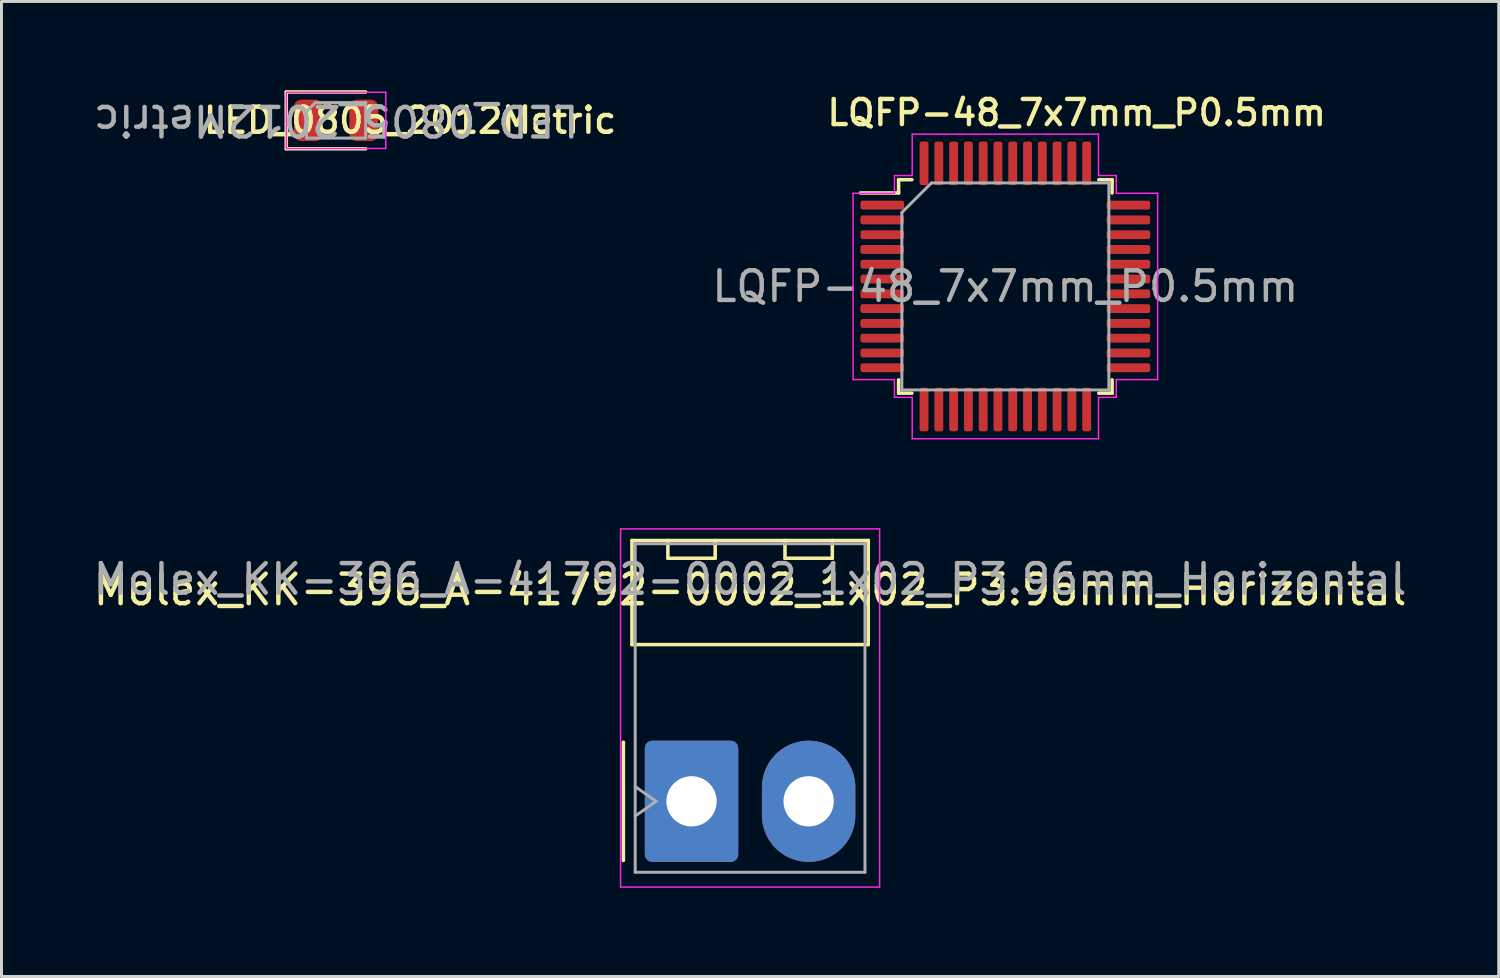
<source format=kicad_pcb>
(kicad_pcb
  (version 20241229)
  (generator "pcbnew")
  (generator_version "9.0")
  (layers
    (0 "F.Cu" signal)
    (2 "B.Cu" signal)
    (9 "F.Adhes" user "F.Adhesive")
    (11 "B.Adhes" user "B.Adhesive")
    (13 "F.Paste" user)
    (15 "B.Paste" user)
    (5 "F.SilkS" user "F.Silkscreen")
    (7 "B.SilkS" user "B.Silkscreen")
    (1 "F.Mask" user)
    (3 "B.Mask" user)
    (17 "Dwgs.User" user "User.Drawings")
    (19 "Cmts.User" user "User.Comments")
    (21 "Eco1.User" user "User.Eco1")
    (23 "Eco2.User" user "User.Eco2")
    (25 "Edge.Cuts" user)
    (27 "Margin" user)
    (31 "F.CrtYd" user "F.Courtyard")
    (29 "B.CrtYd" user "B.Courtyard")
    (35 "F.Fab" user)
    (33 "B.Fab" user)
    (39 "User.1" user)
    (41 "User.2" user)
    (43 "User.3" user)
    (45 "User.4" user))
  (footprint "LED_0805_2012Metric"
    (layer "F.Cu")
    (at 8.315 1.02)
    (property "Reference" "LED_0805_2012Metric" (at 2.5 0 0) (layer "F.SilkS") (effects (font (size 0.85 0.85) (thickness 0.15))))
    (attr smd)
    (fp_line (start -1.685 -0.96) (end -1.685 0.96) (stroke (width 0.12) (type solid)) (layer "F.SilkS"))
    (fp_line (start -1.685 0.96) (end 1 0.96) (stroke (width 0.12) (type solid)) (layer "F.SilkS"))
    (fp_line (start 1 -0.96) (end -1.685 -0.96) (stroke (width 0.12) (type solid)) (layer "F.SilkS"))
    (fp_line (start -1.68 -0.95) (end 1.68 -0.95) (stroke (width 0.05) (type solid)) (layer "F.CrtYd"))
    (fp_line (start -1.68 0.95) (end -1.68 -0.95) (stroke (width 0.05) (type solid)) (layer "F.CrtYd"))
    (fp_line (start 1.68 -0.95) (end 1.68 0.95) (stroke (width 0.05) (type solid)) (layer "F.CrtYd"))
    (fp_line (start 1.68 0.95) (end -1.68 0.95) (stroke (width 0.05) (type solid)) (layer "F.CrtYd"))
    (fp_line (start -1 -0.3) (end -1 0.6) (stroke (width 0.1) (type solid)) (layer "F.Fab"))
    (fp_line (start -1 0.6) (end 1 0.6) (stroke (width 0.1) (type solid)) (layer "F.Fab"))
    (fp_line (start -0.7 -0.6) (end -1 -0.3) (stroke (width 0.1) (type solid)) (layer "F.Fab"))
    (fp_line (start 1 -0.6) (end -0.7 -0.6) (stroke (width 0.1) (type solid)) (layer "F.Fab"))
    (fp_line (start 1 0.6) (end 1 -0.6) (stroke (width 0.1) (type solid)) (layer "F.Fab"))
    (fp_text user "${REFERENCE}" (at 0 0 180) (unlocked yes) (layer "F.Fab") (effects (font (size 1 1) (thickness 0.15))))
    (pad "1" smd roundrect (at -0.938 0 180) (size 0.975 1.4) (layers "F.Cu" "F.Mask" "F.Paste") (roundrect_rratio 0.25))
    (pad "2" smd roundrect (at 0.938 0 180) (size 0.975 1.4) (layers "F.Cu" "F.Mask" "F.Paste") (roundrect_rratio 0.25)))
  (footprint "Molex_KK-396_A-41792-0002_1x02_P3.96mm_Horizontal"
    (layer "F.Cu")
    (at 20.335 24.047)
    (property "Reference" "Molex_KK-396_A-41792-0002_1x02_P3.96mm_Horizontal" (at 1.98 -7.155 0) (layer "F.SilkS") (effects (font (size 1 1) (thickness 0.15))))
    (attr through_hole)
    (fp_line (start -2.305 -2) (end -2.305 2) (stroke (width 0.12) (type solid)) (layer "F.SilkS"))
    (fp_line (start -2.015 -8.82) (end 5.975 -8.82) (stroke (width 0.12) (type solid)) (layer "F.SilkS"))
    (fp_line (start -2.015 -5.3) (end -2.015 -8.82) (stroke (width 0.12) (type solid)) (layer "F.SilkS"))
    (fp_line (start -0.8 -8.82) (end -0.8 -8.22) (stroke (width 0.12) (type solid)) (layer "F.SilkS"))
    (fp_line (start -0.8 -8.22) (end 0.8 -8.22) (stroke (width 0.12) (type solid)) (layer "F.SilkS"))
    (fp_line (start 0.8 -8.22) (end 0.8 -8.82) (stroke (width 0.12) (type solid)) (layer "F.SilkS"))
    (fp_line (start 3.16 -8.82) (end 3.16 -8.22) (stroke (width 0.12) (type solid)) (layer "F.SilkS"))
    (fp_line (start 3.16 -8.22) (end 4.76 -8.22) (stroke (width 0.12) (type solid)) (layer "F.SilkS"))
    (fp_line (start 4.76 -8.22) (end 4.76 -8.82) (stroke (width 0.12) (type solid)) (layer "F.SilkS"))
    (fp_line (start 5.975 -8.82) (end 5.975 -5.3) (stroke (width 0.12) (type solid)) (layer "F.SilkS"))
    (fp_line (start 5.975 -5.3) (end -2.015 -5.3) (stroke (width 0.12) (type solid)) (layer "F.SilkS"))
    (fp_line (start -2.4 -9.21) (end -2.4 2.9) (stroke (width 0.05) (type solid)) (layer "F.CrtYd"))
    (fp_line (start -2.4 2.9) (end 6.36 2.9) (stroke (width 0.05) (type solid)) (layer "F.CrtYd"))
    (fp_line (start 6.36 -9.21) (end -2.4 -9.21) (stroke (width 0.05) (type solid)) (layer "F.CrtYd"))
    (fp_line (start 6.36 2.9) (end 6.36 -9.21) (stroke (width 0.05) (type solid)) (layer "F.CrtYd"))
    (fp_line (start -1.905 -8.71) (end 5.865 -8.71) (stroke (width 0.1) (type solid)) (layer "F.Fab"))
    (fp_line (start -1.905 -0.5) (end -1.198 0) (stroke (width 0.1) (type solid)) (layer "F.Fab"))
    (fp_line (start -1.905 2.4) (end -1.905 -8.71) (stroke (width 0.1) (type solid)) (layer "F.Fab"))
    (fp_line (start -1.198 0) (end -1.905 0.5) (stroke (width 0.1) (type solid)) (layer "F.Fab"))
    (fp_line (start 5.865 -8.71) (end 5.865 2.4) (stroke (width 0.1) (type solid)) (layer "F.Fab"))
    (fp_line (start 5.865 2.4) (end -1.905 2.4) (stroke (width 0.1) (type solid)) (layer "F.Fab"))
    (fp_text user "${REFERENCE}" (at 1.98 -7.51 0) (layer "F.Fab") (effects (font (size 1 1) (thickness 0.15))))
    (pad "1" thru_hole roundrect (at 0 0 180) (size 3.16 4.1) (drill 1.7) (layers "*.Cu" "*.Mask") (roundrect_rratio 0.079))
    (pad "2" thru_hole oval (at 3.96 0 180) (size 3.16 4.1) (drill 1.7) (layers "*.Cu" "*.Mask")))
  (footprint "LQFP-48_7x7mm_P0.5mm"
    (layer "F.Cu")
    (at 30.947 6.636)
    (property "Reference" "LQFP-48_7x7mm_P0.5mm" (at 2.412 -5.876 180) (layer "F.SilkS") (effects (font (size 0.85 0.85) (thickness 0.15))))
    (attr smd)
    (fp_line (start -3.61 -3.61) (end -3.61 -3.16) (stroke (width 0.12) (type solid)) (layer "F.SilkS"))
    (fp_line (start -3.61 -3.16) (end -4.9 -3.16) (stroke (width 0.12) (type solid)) (layer "F.SilkS"))
    (fp_line (start -3.61 3.61) (end -3.61 3.16) (stroke (width 0.12) (type solid)) (layer "F.SilkS"))
    (fp_line (start -3.16 -3.61) (end -3.61 -3.61) (stroke (width 0.12) (type solid)) (layer "F.SilkS"))
    (fp_line (start -3.16 3.61) (end -3.61 3.61) (stroke (width 0.12) (type solid)) (layer "F.SilkS"))
    (fp_line (start 3.16 -3.61) (end 3.61 -3.61) (stroke (width 0.12) (type solid)) (layer "F.SilkS"))
    (fp_line (start 3.16 3.61) (end 3.61 3.61) (stroke (width 0.12) (type solid)) (layer "F.SilkS"))
    (fp_line (start 3.61 -3.61) (end 3.61 -3.16) (stroke (width 0.12) (type solid)) (layer "F.SilkS"))
    (fp_line (start 3.61 3.61) (end 3.61 3.16) (stroke (width 0.12) (type solid)) (layer "F.SilkS"))
    (fp_line (start -5.15 -3.15) (end -5.15 0) (stroke (width 0.05) (type solid)) (layer "F.CrtYd"))
    (fp_line (start -5.15 3.15) (end -5.15 0) (stroke (width 0.05) (type solid)) (layer "F.CrtYd"))
    (fp_line (start -3.75 -3.75) (end -3.75 -3.15) (stroke (width 0.05) (type solid)) (layer "F.CrtYd"))
    (fp_line (start -3.75 -3.15) (end -5.15 -3.15) (stroke (width 0.05) (type solid)) (layer "F.CrtYd"))
    (fp_line (start -3.75 3.15) (end -5.15 3.15) (stroke (width 0.05) (type solid)) (layer "F.CrtYd"))
    (fp_line (start -3.75 3.75) (end -3.75 3.15) (stroke (width 0.05) (type solid)) (layer "F.CrtYd"))
    (fp_line (start -3.15 -5.15) (end -3.15 -3.75) (stroke (width 0.05) (type solid)) (layer "F.CrtYd"))
    (fp_line (start -3.15 -3.75) (end -3.75 -3.75) (stroke (width 0.05) (type solid)) (layer "F.CrtYd"))
    (fp_line (start -3.15 3.75) (end -3.75 3.75) (stroke (width 0.05) (type solid)) (layer "F.CrtYd"))
    (fp_line (start -3.15 5.15) (end -3.15 3.75) (stroke (width 0.05) (type solid)) (layer "F.CrtYd"))
    (fp_line (start 0 -5.15) (end -3.15 -5.15) (stroke (width 0.05) (type solid)) (layer "F.CrtYd"))
    (fp_line (start 0 -5.15) (end 3.15 -5.15) (stroke (width 0.05) (type solid)) (layer "F.CrtYd"))
    (fp_line (start 0 5.15) (end -3.15 5.15) (stroke (width 0.05) (type solid)) (layer "F.CrtYd"))
    (fp_line (start 0 5.15) (end 3.15 5.15) (stroke (width 0.05) (type solid)) (layer "F.CrtYd"))
    (fp_line (start 3.15 -5.15) (end 3.15 -3.75) (stroke (width 0.05) (type solid)) (layer "F.CrtYd"))
    (fp_line (start 3.15 -3.75) (end 3.75 -3.75) (stroke (width 0.05) (type solid)) (layer "F.CrtYd"))
    (fp_line (start 3.15 3.75) (end 3.75 3.75) (stroke (width 0.05) (type solid)) (layer "F.CrtYd"))
    (fp_line (start 3.15 5.15) (end 3.15 3.75) (stroke (width 0.05) (type solid)) (layer "F.CrtYd"))
    (fp_line (start 3.75 -3.75) (end 3.75 -3.15) (stroke (width 0.05) (type solid)) (layer "F.CrtYd"))
    (fp_line (start 3.75 -3.15) (end 5.15 -3.15) (stroke (width 0.05) (type solid)) (layer "F.CrtYd"))
    (fp_line (start 3.75 3.15) (end 5.15 3.15) (stroke (width 0.05) (type solid)) (layer "F.CrtYd"))
    (fp_line (start 3.75 3.75) (end 3.75 3.15) (stroke (width 0.05) (type solid)) (layer "F.CrtYd"))
    (fp_line (start 5.15 -3.15) (end 5.15 0) (stroke (width 0.05) (type solid)) (layer "F.CrtYd"))
    (fp_line (start 5.15 3.15) (end 5.15 0) (stroke (width 0.05) (type solid)) (layer "F.CrtYd"))
    (fp_line (start -3.5 -2.5) (end -2.5 -3.5) (stroke (width 0.1) (type solid)) (layer "F.Fab"))
    (fp_line (start -3.5 3.5) (end -3.5 -2.5) (stroke (width 0.1) (type solid)) (layer "F.Fab"))
    (fp_line (start -2.5 -3.5) (end 3.5 -3.5) (stroke (width 0.1) (type solid)) (layer "F.Fab"))
    (fp_line (start 3.5 -3.5) (end 3.5 3.5) (stroke (width 0.1) (type solid)) (layer "F.Fab"))
    (fp_line (start 3.5 3.5) (end -3.5 3.5) (stroke (width 0.1) (type solid)) (layer "F.Fab"))
    (fp_text user "${REFERENCE}" (at 0 0 180) (layer "F.Fab") (effects (font (size 1 1) (thickness 0.15))))
    (pad "1" smd roundrect (at -4.162 -2.75) (size 1.475 0.3) (layers "F.Cu" "F.Mask" "F.Paste") (roundrect_rratio 0.25))
    (pad "2" smd roundrect (at -4.162 -2.25) (size 1.475 0.3) (layers "F.Cu" "F.Mask" "F.Paste") (roundrect_rratio 0.25))
    (pad "3" smd roundrect (at -4.162 -1.75) (size 1.475 0.3) (layers "F.Cu" "F.Mask" "F.Paste") (roundrect_rratio 0.25))
    (pad "4" smd roundrect (at -4.162 -1.25) (size 1.475 0.3) (layers "F.Cu" "F.Mask" "F.Paste") (roundrect_rratio 0.25))
    (pad "5" smd roundrect (at -4.162 -0.75) (size 1.475 0.3) (layers "F.Cu" "F.Mask" "F.Paste") (roundrect_rratio 0.25))
    (pad "6" smd roundrect (at -4.162 -0.25) (size 1.475 0.3) (layers "F.Cu" "F.Mask" "F.Paste") (roundrect_rratio 0.25))
    (pad "7" smd roundrect (at -4.162 0.25) (size 1.475 0.3) (layers "F.Cu" "F.Mask" "F.Paste") (roundrect_rratio 0.25))
    (pad "8" smd roundrect (at -4.162 0.75) (size 1.475 0.3) (layers "F.Cu" "F.Mask" "F.Paste") (roundrect_rratio 0.25))
    (pad "9" smd roundrect (at -4.162 1.25) (size 1.475 0.3) (layers "F.Cu" "F.Mask" "F.Paste") (roundrect_rratio 0.25))
    (pad "10" smd roundrect (at -4.162 1.75) (size 1.475 0.3) (layers "F.Cu" "F.Mask" "F.Paste") (roundrect_rratio 0.25))
    (pad "11" smd roundrect (at -4.162 2.25) (size 1.475 0.3) (layers "F.Cu" "F.Mask" "F.Paste") (roundrect_rratio 0.25))
    (pad "12" smd roundrect (at -4.162 2.75) (size 1.475 0.3) (layers "F.Cu" "F.Mask" "F.Paste") (roundrect_rratio 0.25))
    (pad "13" smd roundrect (at -2.75 4.162) (size 0.3 1.475) (layers "F.Cu" "F.Mask" "F.Paste") (roundrect_rratio 0.25))
    (pad "14" smd roundrect (at -2.25 4.162) (size 0.3 1.475) (layers "F.Cu" "F.Mask" "F.Paste") (roundrect_rratio 0.25))
    (pad "15" smd roundrect (at -1.75 4.162) (size 0.3 1.475) (layers "F.Cu" "F.Mask" "F.Paste") (roundrect_rratio 0.25))
    (pad "16" smd roundrect (at -1.25 4.162) (size 0.3 1.475) (layers "F.Cu" "F.Mask" "F.Paste") (roundrect_rratio 0.25))
    (pad "17" smd roundrect (at -0.75 4.162) (size 0.3 1.475) (layers "F.Cu" "F.Mask" "F.Paste") (roundrect_rratio 0.25))
    (pad "18" smd roundrect (at -0.25 4.162) (size 0.3 1.475) (layers "F.Cu" "F.Mask" "F.Paste") (roundrect_rratio 0.25))
    (pad "19" smd roundrect (at 0.25 4.162) (size 0.3 1.475) (layers "F.Cu" "F.Mask" "F.Paste") (roundrect_rratio 0.25))
    (pad "20" smd roundrect (at 0.75 4.162) (size 0.3 1.475) (layers "F.Cu" "F.Mask" "F.Paste") (roundrect_rratio 0.25))
    (pad "21" smd roundrect (at 1.25 4.162) (size 0.3 1.475) (layers "F.Cu" "F.Mask" "F.Paste") (roundrect_rratio 0.25))
    (pad "22" smd roundrect (at 1.75 4.162) (size 0.3 1.475) (layers "F.Cu" "F.Mask" "F.Paste") (roundrect_rratio 0.25))
    (pad "23" smd roundrect (at 2.25 4.162) (size 0.3 1.475) (layers "F.Cu" "F.Mask" "F.Paste") (roundrect_rratio 0.25))
    (pad "24" smd roundrect (at 2.75 4.162) (size 0.3 1.475) (layers "F.Cu" "F.Mask" "F.Paste") (roundrect_rratio 0.25))
    (pad "25" smd roundrect (at 4.162 2.75) (size 1.475 0.3) (layers "F.Cu" "F.Mask" "F.Paste") (roundrect_rratio 0.25))
    (pad "26" smd roundrect (at 4.162 2.25) (size 1.475 0.3) (layers "F.Cu" "F.Mask" "F.Paste") (roundrect_rratio 0.25))
    (pad "27" smd roundrect (at 4.162 1.75) (size 1.475 0.3) (layers "F.Cu" "F.Mask" "F.Paste") (roundrect_rratio 0.25))
    (pad "28" smd roundrect (at 4.162 1.25) (size 1.475 0.3) (layers "F.Cu" "F.Mask" "F.Paste") (roundrect_rratio 0.25))
    (pad "29" smd roundrect (at 4.162 0.75) (size 1.475 0.3) (layers "F.Cu" "F.Mask" "F.Paste") (roundrect_rratio 0.25))
    (pad "30" smd roundrect (at 4.162 0.25) (size 1.475 0.3) (layers "F.Cu" "F.Mask" "F.Paste") (roundrect_rratio 0.25))
    (pad "31" smd roundrect (at 4.162 -0.25) (size 1.475 0.3) (layers "F.Cu" "F.Mask" "F.Paste") (roundrect_rratio 0.25))
    (pad "32" smd roundrect (at 4.162 -0.75) (size 1.475 0.3) (layers "F.Cu" "F.Mask" "F.Paste") (roundrect_rratio 0.25))
    (pad "33" smd roundrect (at 4.162 -1.25) (size 1.475 0.3) (layers "F.Cu" "F.Mask" "F.Paste") (roundrect_rratio 0.25))
    (pad "34" smd roundrect (at 4.162 -1.75) (size 1.475 0.3) (layers "F.Cu" "F.Mask" "F.Paste") (roundrect_rratio 0.25))
    (pad "35" smd roundrect (at 4.162 -2.25) (size 1.475 0.3) (layers "F.Cu" "F.Mask" "F.Paste") (roundrect_rratio 0.25))
    (pad "36" smd roundrect (at 4.162 -2.75) (size 1.475 0.3) (layers "F.Cu" "F.Mask" "F.Paste") (roundrect_rratio 0.25))
    (pad "37" smd roundrect (at 2.75 -4.162) (size 0.3 1.475) (layers "F.Cu" "F.Mask" "F.Paste") (roundrect_rratio 0.25))
    (pad "38" smd roundrect (at 2.25 -4.162) (size 0.3 1.475) (layers "F.Cu" "F.Mask" "F.Paste") (roundrect_rratio 0.25))
    (pad "39" smd roundrect (at 1.75 -4.162) (size 0.3 1.475) (layers "F.Cu" "F.Mask" "F.Paste") (roundrect_rratio 0.25))
    (pad "40" smd roundrect (at 1.25 -4.162) (size 0.3 1.475) (layers "F.Cu" "F.Mask" "F.Paste") (roundrect_rratio 0.25))
    (pad "41" smd roundrect (at 0.75 -4.162) (size 0.3 1.475) (layers "F.Cu" "F.Mask" "F.Paste") (roundrect_rratio 0.25))
    (pad "42" smd roundrect (at 0.25 -4.162) (size 0.3 1.475) (layers "F.Cu" "F.Mask" "F.Paste") (roundrect_rratio 0.25))
    (pad "43" smd roundrect (at -0.25 -4.162) (size 0.3 1.475) (layers "F.Cu" "F.Mask" "F.Paste") (roundrect_rratio 0.25))
    (pad "44" smd roundrect (at -0.75 -4.162) (size 0.3 1.475) (layers "F.Cu" "F.Mask" "F.Paste") (roundrect_rratio 0.25))
    (pad "45" smd roundrect (at -1.25 -4.162) (size 0.3 1.475) (layers "F.Cu" "F.Mask" "F.Paste") (roundrect_rratio 0.25))
    (pad "46" smd roundrect (at -1.75 -4.162) (size 0.3 1.475) (layers "F.Cu" "F.Mask" "F.Paste") (roundrect_rratio 0.25))
    (pad "47" smd roundrect (at -2.25 -4.162) (size 0.3 1.475) (layers "F.Cu" "F.Mask" "F.Paste") (roundrect_rratio 0.25))
    (pad "48" smd roundrect (at -2.75 -4.162) (size 0.3 1.475) (layers "F.Cu" "F.Mask" "F.Paste") (roundrect_rratio 0.25)))
  (gr_rect
    (start -3 -3)
    (end 47.631 29.971)
    (stroke (width 0.1) (type default))
    (fill no)
    (layer "Edge.Cuts")))
</source>
